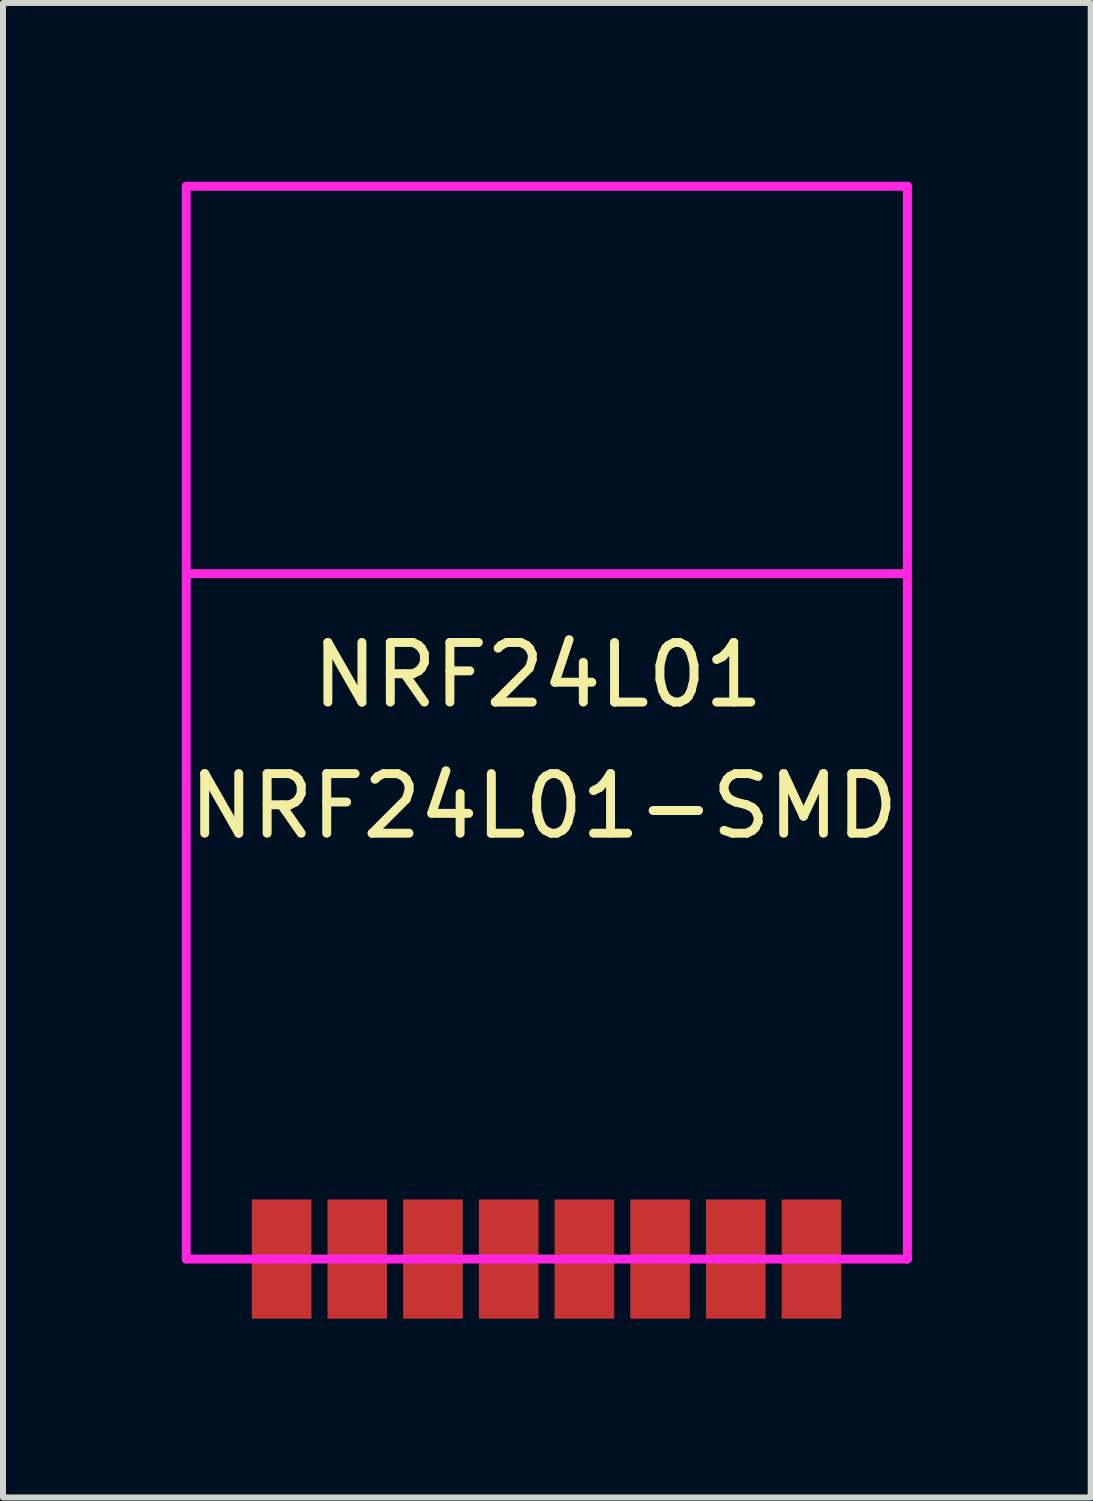
<source format=kicad_pcb>
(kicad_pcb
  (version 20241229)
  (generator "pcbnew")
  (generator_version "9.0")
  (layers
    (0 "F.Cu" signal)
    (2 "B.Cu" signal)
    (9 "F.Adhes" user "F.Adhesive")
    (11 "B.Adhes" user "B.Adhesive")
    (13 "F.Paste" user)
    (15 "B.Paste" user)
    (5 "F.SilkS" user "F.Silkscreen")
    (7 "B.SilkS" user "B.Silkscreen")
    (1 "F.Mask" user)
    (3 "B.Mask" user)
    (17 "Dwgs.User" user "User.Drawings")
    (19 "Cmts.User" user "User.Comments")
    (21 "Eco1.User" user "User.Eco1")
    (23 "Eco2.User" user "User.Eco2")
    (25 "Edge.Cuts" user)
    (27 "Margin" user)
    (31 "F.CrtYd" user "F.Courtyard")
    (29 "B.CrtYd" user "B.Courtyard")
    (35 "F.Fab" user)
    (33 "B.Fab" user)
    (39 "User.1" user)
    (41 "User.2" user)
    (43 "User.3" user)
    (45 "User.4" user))
  (footprint "NRF24L01-SMD"
    (layer "F.Cu")
    (at 6.075 9.375)
    (property "Reference" "NRF24L01-SMD" (at 0 1.1 0) (layer "F.SilkS") (effects (font (size 1 1) (thickness 0.15))))
    (attr through_hole)
    (fp_line (start -6 -9.3) (end 6.1 -9.3) (stroke (width 0.12) (type solid)) (layer "F.SilkS"))
    (fp_line (start -6 -2.8) (end 6.1 -2.8) (stroke (width 0.12) (type solid)) (layer "F.SilkS"))
    (fp_line (start -6 8.7) (end -6 -9.3) (stroke (width 0.12) (type solid)) (layer "F.SilkS"))
    (fp_line (start -6 8.7) (end -5 8.7) (stroke (width 0.12) (type solid)) (layer "F.SilkS"))
    (fp_line (start 6.1 -9.3) (end 6.1 8.7) (stroke (width 0.12) (type solid)) (layer "F.SilkS"))
    (fp_line (start 6.1 8.7) (end 5.1 8.7) (stroke (width 0.12) (type solid)) (layer "F.SilkS"))
    (fp_line (start -6 -9.3) (end 6.1 -9.3) (stroke (width 0.15) (type solid)) (layer "F.CrtYd"))
    (fp_line (start -6 -2.8) (end 6 -2.8) (stroke (width 0.15) (type solid)) (layer "F.CrtYd"))
    (fp_line (start -6 8.7) (end -6 -9.3) (stroke (width 0.15) (type solid)) (layer "F.CrtYd"))
    (fp_line (start 6.1 -9.3) (end 6.1 8.7) (stroke (width 0.15) (type solid)) (layer "F.CrtYd"))
    (fp_line (start 6.1 8.7) (end -6 8.7) (stroke (width 0.15) (type solid)) (layer "F.CrtYd"))
    (fp_text user "NRF24L01" (at -0.1 -1.1 0) (layer "F.SilkS") (effects (font (size 1 1) (thickness 0.15))))
    (pad "1" smd rect (at -3.13 8.7) (size 1 2) (layers "F.Cu" "F.Mask" "F.Paste"))
    (pad "2" smd rect (at -4.4 8.7) (size 1 2) (layers "F.Cu" "F.Mask" "F.Paste"))
    (pad "3" smd rect (at -1.86 8.7) (size 1 2) (layers "F.Cu" "F.Mask" "F.Paste"))
    (pad "4" smd rect (at -0.59 8.7) (size 1 2) (layers "F.Cu" "F.Mask" "F.Paste"))
    (pad "5" smd rect (at 0.68 8.7) (size 1 2) (layers "F.Cu" "F.Mask" "F.Paste"))
    (pad "6" smd rect (at 1.95 8.7) (size 1 2) (layers "F.Cu" "F.Mask" "F.Paste"))
    (pad "7" smd rect (at 3.22 8.7) (size 1 2) (layers "F.Cu" "F.Mask" "F.Paste"))
    (pad "8" smd rect (at 4.49 8.7) (size 1 2) (layers "F.Cu" "F.Mask" "F.Paste")))
  (gr_rect
    (start -3 -3)
    (end 15.25 22.075)
    (stroke (width 0.1) (type default))
    (fill no)
    (layer "Edge.Cuts")))
</source>
